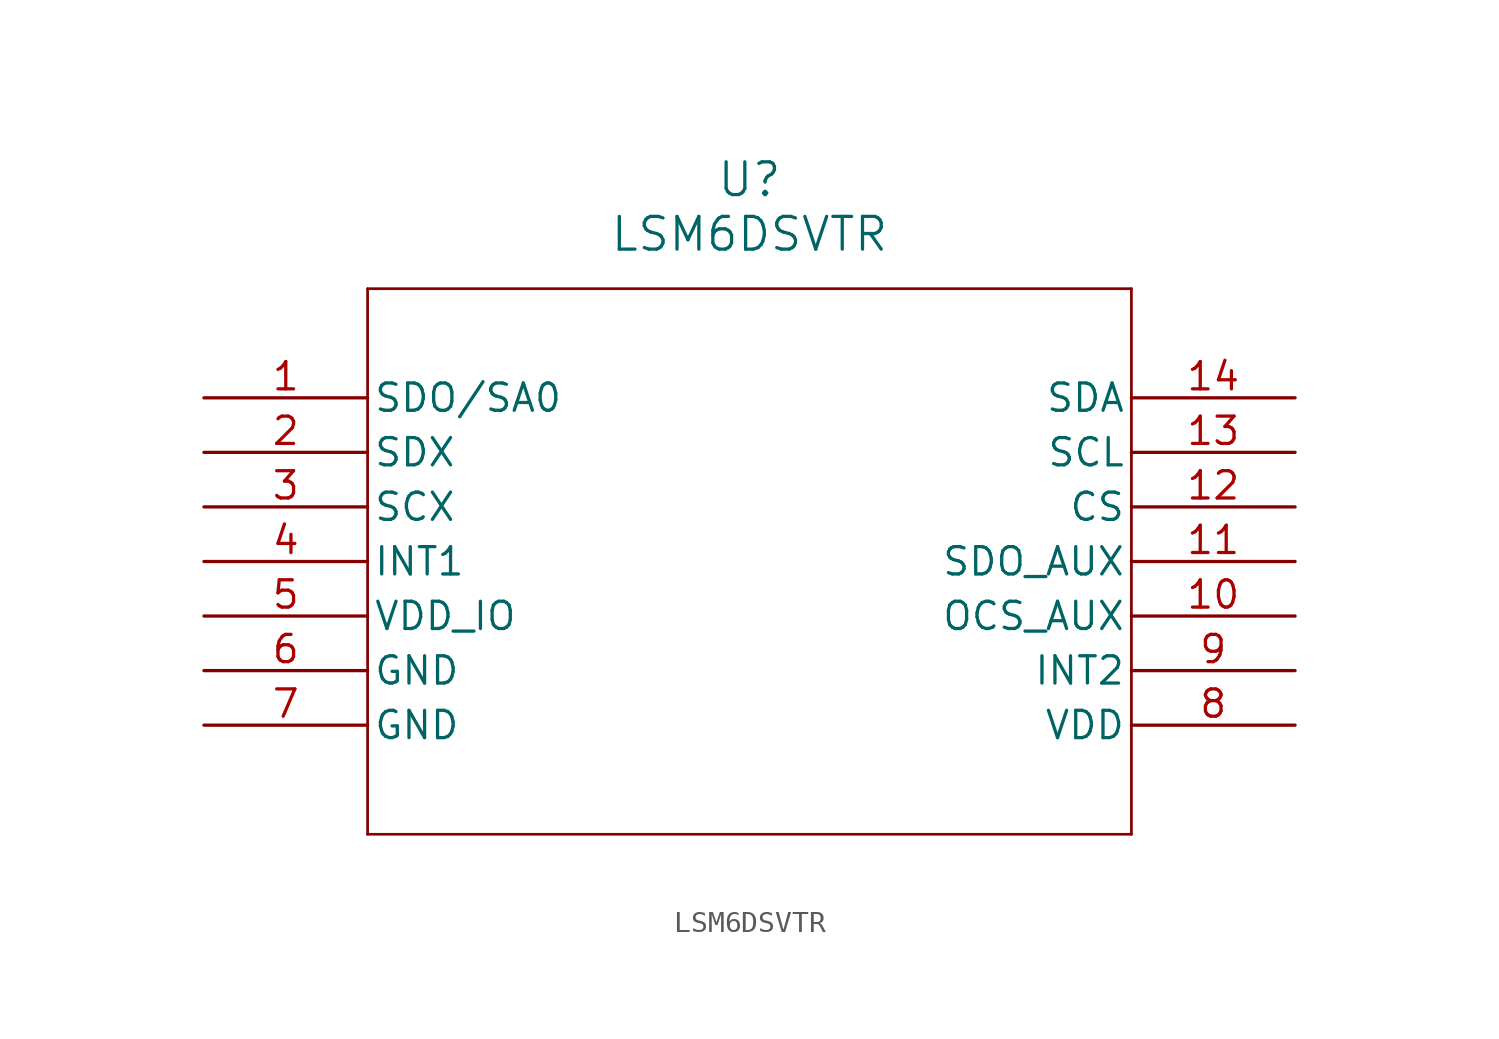
<source format=kicad_sym>
(kicad_symbol_lib
  (version 20211014)
  (generator kicad_symbol_editor)
  (symbol "LSM6DSVTR"
    (pin_names
      (offset 0.254))
    (property "Reference" "U"
      (at 25.4 10.16 0)
      (effects (font (size 1.524 1.524))))
    (property "Value" "LSM6DSVTR"
      (at 25.4 7.62 0)
      (effects (font (size 1.524 1.524))))
    (symbol "LSM6DSVTR_0_1"
      (polyline (pts (xy 7.62 5.08) (xy 7.62 -20.32)) (stroke (width 0.127) (type default) (color 0 0 0 0)) (fill (type none)))
      (polyline (pts (xy 7.62 -20.32) (xy 43.18 -20.32)) (stroke (width 0.127) (type default) (color 0 0 0 0)) (fill (type none)))
      (polyline (pts (xy 43.18 -20.32) (xy 43.18 5.08)) (stroke (width 0.127) (type default) (color 0 0 0 0)) (fill (type none)))
      (polyline (pts (xy 43.18 5.08) (xy 7.62 5.08)) (stroke (width 0.127) (type default) (color 0 0 0 0)) (fill (type none)))
      (pin unspecified line (at 0 0 0) (length 7.62) (name "SDO/SA0" (effects (font (size 1.27 1.27)))) (number "1" (effects (font (size 1.27 1.27)))))
      (pin unspecified line (at 0 -2.54 0) (length 7.62) (name "SDX" (effects (font (size 1.27 1.27)))) (number "2" (effects (font (size 1.27 1.27)))))
      (pin unspecified line (at 0 -5.08 0) (length 7.62) (name "SCX" (effects (font (size 1.27 1.27)))) (number "3" (effects (font (size 1.27 1.27)))))
      (pin unspecified line (at 0 -7.62 0) (length 7.62) (name "INT1" (effects (font (size 1.27 1.27)))) (number "4" (effects (font (size 1.27 1.27)))))
      (pin power_in line (at 0 -10.16 0) (length 7.62) (name "VDD_IO" (effects (font (size 1.27 1.27)))) (number "5" (effects (font (size 1.27 1.27)))))
      (pin power_out line (at 0 -12.7 0) (length 7.62) (name "GND" (effects (font (size 1.27 1.27)))) (number "6" (effects (font (size 1.27 1.27)))))
      (pin power_out line (at 0 -15.24 0) (length 7.62) (name "GND" (effects (font (size 1.27 1.27)))) (number "7" (effects (font (size 1.27 1.27)))))
      (pin power_in line (at 50.8 -15.24 180) (length 7.62) (name "VDD" (effects (font (size 1.27 1.27)))) (number "8" (effects (font (size 1.27 1.27)))))
      (pin unspecified line (at 50.8 -12.7 180) (length 7.62) (name "INT2" (effects (font (size 1.27 1.27)))) (number "9" (effects (font (size 1.27 1.27)))))
      (pin unspecified line (at 50.8 -10.16 180) (length 7.62) (name "OCS_AUX" (effects (font (size 1.27 1.27)))) (number "10" (effects (font (size 1.27 1.27)))))
      (pin unspecified line (at 50.8 -7.62 180) (length 7.62) (name "SDO_AUX" (effects (font (size 1.27 1.27)))) (number "11" (effects (font (size 1.27 1.27)))))
      (pin unspecified line (at 50.8 -5.08 180) (length 7.62) (name "CS" (effects (font (size 1.27 1.27)))) (number "12" (effects (font (size 1.27 1.27)))))
      (pin unspecified line (at 50.8 -2.54 180) (length 7.62) (name "SCL" (effects (font (size 1.27 1.27)))) (number "13" (effects (font (size 1.27 1.27)))))
      (pin unspecified line (at 50.8 0 180) (length 7.62) (name "SDA" (effects (font (size 1.27 1.27)))) (number "14" (effects (font (size 1.27 1.27))))))))
</source>
